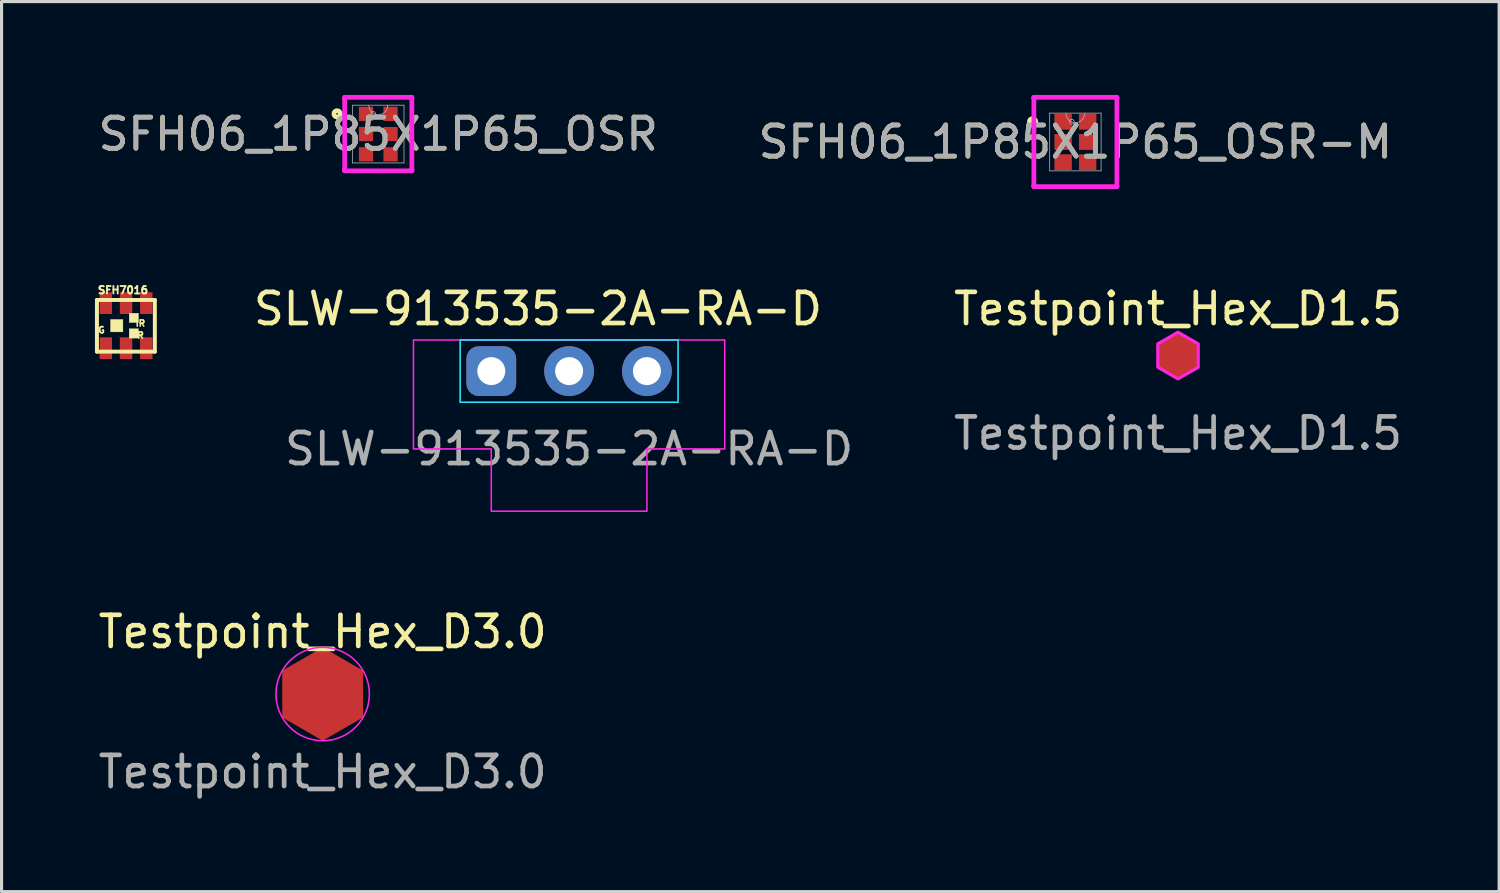
<source format=kicad_pcb>
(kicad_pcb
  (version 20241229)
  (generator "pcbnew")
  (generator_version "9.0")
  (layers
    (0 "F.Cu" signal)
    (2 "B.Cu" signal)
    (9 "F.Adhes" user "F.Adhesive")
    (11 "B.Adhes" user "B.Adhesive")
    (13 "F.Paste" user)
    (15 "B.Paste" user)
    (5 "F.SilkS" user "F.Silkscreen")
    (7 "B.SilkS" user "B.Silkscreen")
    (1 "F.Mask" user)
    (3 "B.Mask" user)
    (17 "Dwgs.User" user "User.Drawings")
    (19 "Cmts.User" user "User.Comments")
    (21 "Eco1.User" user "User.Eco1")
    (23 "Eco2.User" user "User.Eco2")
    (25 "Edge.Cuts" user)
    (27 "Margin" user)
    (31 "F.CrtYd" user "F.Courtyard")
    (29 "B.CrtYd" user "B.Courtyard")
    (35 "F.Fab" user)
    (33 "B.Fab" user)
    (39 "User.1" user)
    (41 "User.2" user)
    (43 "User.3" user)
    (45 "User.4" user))
  (footprint "SFH7016"
    (layer "F.Cu")
    (at 0.999 7.411)
    (property "Reference" "SFH7016" (at -0.098 -1.142 0) (layer "F.SilkS") (effects (font (size 0.24 0.24) (thickness 0.15))))
    (attr smd)
    (fp_line (start -0.935 -0.825) (end 0.925 -0.825) (stroke (width 0.127) (type solid)) (layer "F.SilkS"))
    (fp_line (start -0.935 0.835) (end -0.935 -0.825) (stroke (width 0.127) (type solid)) (layer "F.SilkS"))
    (fp_line (start 0.925 -0.825) (end 0.925 0.835) (stroke (width 0.127) (type solid)) (layer "F.SilkS"))
    (fp_line (start 0.925 0.835) (end -0.935 0.835) (stroke (width 0.127) (type solid)) (layer "F.SilkS"))
    (fp_poly (pts (xy -0.5 -0.2) (xy -0.1 -0.2) (xy -0.1 0.2) (xy -0.5 0.2)) (stroke (width 0.01) (type solid)) (fill yes) (layer "F.SilkS"))
    (fp_poly (pts (xy 0.1 -0.4) (xy 0.4 -0.4) (xy 0.4 -0.1) (xy 0.1 -0.1)) (stroke (width 0.01) (type solid)) (fill yes) (layer "F.SilkS"))
    (fp_poly (pts (xy 0.1 0.1) (xy 0.4 0.1) (xy 0.4 0.4) (xy 0.1 0.4)) (stroke (width 0.01) (type solid)) (fill yes) (layer "F.SilkS"))
    (fp_text user "G" (at -0.79 0.14 0) (layer "F.SilkS") (effects (font (size 0.2 0.2) (thickness 0.15))))
    (fp_text user "R" (at 0.465 0.31 0) (layer "F.SilkS") (effects (font (size 0.2 0.2) (thickness 0.15))))
    (fp_text user "IR" (at 0.46 -0.075 0) (layer "F.SilkS") (effects (font (size 0.2 0.2) (thickness 0.15))))
    (pad "P1" smd rect (at 0.65 -0.725) (size 0.4 0.7) (layers "F.Cu" "F.Mask" "F.Paste"))
    (pad "P2" smd rect (at 0.65 0.725) (size 0.4 0.7) (layers "F.Cu" "F.Mask" "F.Paste"))
    (pad "P3" smd rect (at 0 -0.725) (size 0.4 0.7) (layers "F.Cu" "F.Mask" "F.Paste"))
    (pad "P4" smd rect (at 0 0.725) (size 0.4 0.7) (layers "F.Cu" "F.Mask" "F.Paste"))
    (pad "P5" smd rect (at -0.65 -0.725) (size 0.4 0.7) (layers "F.Cu" "F.Mask" "F.Paste"))
    (pad "P6" smd rect (at -0.65 0.725) (size 0.4 0.7) (layers "F.Cu" "F.Mask" "F.Paste")))
  (footprint "SLW-913535-2A-RA-D"
    (layer "F.Cu")
    (at 15.231 8.871)
    (property "Reference" "SLW-913535-2A-RA-D" (at -1 -2 0) (unlocked yes) (layer "F.SilkS") (effects (font (size 1 1) (thickness 0.15))))
    (attr through_hole)
    (fp_rect (start -3.5 -1) (end 3.5 1) (stroke (width 0.05) (type default)) (fill no) (layer "B.CrtYd"))
    (fp_poly (pts (xy -5 -1) (xy -5 2.5) (xy -2.5 2.5) (xy -2.5 4.5) (xy 2.5 4.5) (xy 2.5 2.5) (xy 5 2.5) (xy 5 -1)) (stroke (width 0.05) (type solid)) (fill no) (layer "F.CrtYd"))
    (fp_text user "${REFERENCE}" (at 0 2.5 0) (unlocked yes) (layer "F.Fab") (effects (font (size 1 1) (thickness 0.15))))
    (pad "1" thru_hole roundrect (at -2.5 0) (size 1.6 1.6) (drill 0.9) (layers "*.Cu" "*.Mask") (roundrect_rratio 0.25))
    (pad "2" thru_hole circle (at 0 0) (size 1.6 1.6) (drill 0.9) (layers "*.Cu" "*.Mask"))
    (pad "3" thru_hole circle (at 2.5 0) (size 1.6 1.6) (drill 0.9) (layers "*.Cu" "*.Mask")))
  (footprint "Testpoint_Hex_D1.5"
    (layer "F.Cu")
    (at 34.791 8.371)
    (property "Reference" "Testpoint_Hex_D1.5" (at 0 -1.5 0) (unlocked yes) (layer "F.SilkS") (effects (font (size 1 1) (thickness 0.15))))
    (attr smd)
    (fp_poly (pts (xy -0.65 -0.375) (xy -0.65 0.375) (xy 0 0.75) (xy 0.65 0.375) (xy 0.65 -0.375) (xy 0 -0.75)) (stroke (width 0) (type solid)) (fill yes) (layer "F.Mask"))
    (fp_poly (pts (xy -0.65 -0.375) (xy -0.65 0.375) (xy 0 0.75) (xy 0.65 0.375) (xy 0.65 -0.375) (xy 0 -0.75)) (stroke (width 0.1) (type solid)) (fill no) (layer "F.CrtYd"))
    (fp_text user "${REFERENCE}" (at 0 2.5 0) (unlocked yes) (layer "F.Fab") (effects (font (size 1 1) (thickness 0.15))))
    (pad "1" connect custom (at 0 0 180) (size 1.299 1.299) (layers "F.Cu") (options (anchor circle)) (primitives (gr_poly (pts (xy 0.65 0.375) (xy 0.65 -0.375) (xy 0 -0.75) (xy -0.65 -0.375) (xy -0.65 0.375) (xy 0 0.75)) (width 0) (fill yes)))))
  (footprint "SFH06_1P85X1P65_OSR-M"
    (layer "F.Cu")
    (at 31.494 1.511)
    (property "Reference" "SFH06_1P85X1P65_OSR-M" (at 0 0 0) (unlocked yes) (layer "F.SilkS") (effects (font (size 1 1) (thickness 0.15))))
    (attr smd)
    (fp_circle (center -1.374 -0.65) (end -1.272 -0.65) (stroke (width 0.152) (type solid)) (fill no) (layer "F.SilkS"))
    (fp_line (start -1.333 -1.435) (end 1.333 -1.435) (stroke (width 0.152) (type solid)) (layer "F.CrtYd"))
    (fp_line (start -1.333 -1.412) (end -1.333 -1.435) (stroke (width 0.152) (type solid)) (layer "F.CrtYd"))
    (fp_line (start -1.333 -1.412) (end -1.333 -1.412) (stroke (width 0.152) (type solid)) (layer "F.CrtYd"))
    (fp_line (start -1.333 1.412) (end -1.333 -1.412) (stroke (width 0.152) (type solid)) (layer "F.CrtYd"))
    (fp_line (start -1.333 1.412) (end -1.333 1.412) (stroke (width 0.152) (type solid)) (layer "F.CrtYd"))
    (fp_line (start -1.333 1.435) (end -1.333 1.412) (stroke (width 0.152) (type solid)) (layer "F.CrtYd"))
    (fp_line (start 1.333 -1.435) (end 1.333 -1.412) (stroke (width 0.152) (type solid)) (layer "F.CrtYd"))
    (fp_line (start 1.333 -1.412) (end 1.333 -1.412) (stroke (width 0.152) (type solid)) (layer "F.CrtYd"))
    (fp_line (start 1.333 -1.412) (end 1.333 1.412) (stroke (width 0.152) (type solid)) (layer "F.CrtYd"))
    (fp_line (start 1.333 1.412) (end 1.333 1.412) (stroke (width 0.152) (type solid)) (layer "F.CrtYd"))
    (fp_line (start 1.333 1.412) (end 1.333 1.435) (stroke (width 0.152) (type solid)) (layer "F.CrtYd"))
    (fp_line (start 1.333 1.435) (end -1.333 1.435) (stroke (width 0.152) (type solid)) (layer "F.CrtYd"))
    (fp_line (start -0.826 -0.927) (end -0.826 0.927) (stroke (width 0.025) (type solid)) (layer "F.Fab"))
    (fp_line (start -0.826 0.927) (end 0.826 0.927) (stroke (width 0.025) (type solid)) (layer "F.Fab"))
    (fp_line (start 0.826 -0.927) (end -0.826 -0.927) (stroke (width 0.025) (type solid)) (layer "F.Fab"))
    (fp_line (start 0.826 0.927) (end 0.826 -0.927) (stroke (width 0.025) (type solid)) (layer "F.Fab"))
    (fp_arc (start 0.3048 -0.9271) (mid 0 -0.6223) (end -0.3048 -0.9271) (stroke (width 0.0254) (type solid)) (layer "F.Fab"))
    (fp_circle (center -0.114 -0.65) (end -0.038 -0.65) (stroke (width 0.025) (type solid)) (fill no) (layer "F.Fab"))
    (fp_text user "${REFERENCE}" (at 0 0 0) (unlocked yes) (layer "F.Fab") (effects (font (size 1 1) (thickness 0.15))))
    (pad "1" smd rect (at -0.394 -0.65) (size 0.559 0.508) (layers "F.Cu" "F.Mask" "F.Paste"))
    (pad "2" smd rect (at -0.394 0) (size 0.559 0.508) (layers "F.Cu" "F.Mask" "F.Paste"))
    (pad "3" smd rect (at -0.394 0.65) (size 0.559 0.508) (layers "F.Cu" "F.Mask" "F.Paste"))
    (pad "4" smd rect (at 0.394 0.65) (size 0.559 0.508) (layers "F.Cu" "F.Mask" "F.Paste"))
    (pad "5" smd rect (at 0.394 0) (size 0.559 0.508) (layers "F.Cu" "F.Mask" "F.Paste"))
    (pad "6" smd rect (at 0.394 -0.65) (size 0.559 0.508) (layers "F.Cu" "F.Mask" "F.Paste")))
  (footprint "Testpoint_Hex_D3.0"
    (layer "F.Cu")
    (at 7.315 19.244)
    (property "Reference" "Testpoint_Hex_D3.0" (at 0 -2 0) (unlocked yes) (layer "F.SilkS") (effects (font (size 1 1) (thickness 0.15))))
    (attr smd)
    (fp_circle (center 0 0) (end 0 -1.5) (stroke (width 0.05) (type default)) (fill no) (layer "F.CrtYd"))
    (fp_text user "${REFERENCE}" (at 0 2.5 0) (unlocked yes) (layer "F.Fab") (effects (font (size 1 1) (thickness 0.15))))
    (pad "1" smd custom (at 0 0) (size 1 1) (layers "F.Cu" "F.Mask" "F.Paste") (options (anchor circle)) (primitives (gr_poly (pts (xy 0 -1.5) (xy 1.299 -0.75) (xy 1.299 0.75) (xy 0 1.5) (xy -1.299 0.75) (xy -1.299 -0.75)) (width 0) (fill yes)))))
  (footprint "SFH06_1P85X1P65_OSR"
    (layer "F.Cu")
    (at 9.101 1.257)
    (property "Reference" "SFH06_1P85X1P65_OSR" (at 0 0 0) (unlocked yes) (layer "F.SilkS") (effects (font (size 1 1) (thickness 0.15))))
    (attr smd)
    (fp_circle (center -1.323 -0.65) (end -1.221 -0.65) (stroke (width 0.152) (type solid)) (fill no) (layer "F.SilkS"))
    (fp_line (start -1.079 -1.181) (end 1.079 -1.181) (stroke (width 0.152) (type solid)) (layer "F.CrtYd"))
    (fp_line (start -1.079 -1.133) (end -1.079 -1.181) (stroke (width 0.152) (type solid)) (layer "F.CrtYd"))
    (fp_line (start -1.079 -1.133) (end -1.079 -1.133) (stroke (width 0.152) (type solid)) (layer "F.CrtYd"))
    (fp_line (start -1.079 1.133) (end -1.079 -1.133) (stroke (width 0.152) (type solid)) (layer "F.CrtYd"))
    (fp_line (start -1.079 1.133) (end -1.079 1.133) (stroke (width 0.152) (type solid)) (layer "F.CrtYd"))
    (fp_line (start -1.079 1.181) (end -1.079 1.133) (stroke (width 0.152) (type solid)) (layer "F.CrtYd"))
    (fp_line (start 1.079 -1.181) (end 1.079 -1.133) (stroke (width 0.152) (type solid)) (layer "F.CrtYd"))
    (fp_line (start 1.079 -1.133) (end 1.079 -1.133) (stroke (width 0.152) (type solid)) (layer "F.CrtYd"))
    (fp_line (start 1.079 -1.133) (end 1.079 1.133) (stroke (width 0.152) (type solid)) (layer "F.CrtYd"))
    (fp_line (start 1.079 1.133) (end 1.079 1.133) (stroke (width 0.152) (type solid)) (layer "F.CrtYd"))
    (fp_line (start 1.079 1.133) (end 1.079 1.181) (stroke (width 0.152) (type solid)) (layer "F.CrtYd"))
    (fp_line (start 1.079 1.181) (end -1.079 1.181) (stroke (width 0.152) (type solid)) (layer "F.CrtYd"))
    (fp_line (start -0.826 -0.927) (end -0.826 0.927) (stroke (width 0.025) (type solid)) (layer "F.Fab"))
    (fp_line (start -0.826 0.927) (end 0.826 0.927) (stroke (width 0.025) (type solid)) (layer "F.Fab"))
    (fp_line (start 0.826 -0.927) (end -0.826 -0.927) (stroke (width 0.025) (type solid)) (layer "F.Fab"))
    (fp_line (start 0.826 0.927) (end 0.826 -0.927) (stroke (width 0.025) (type solid)) (layer "F.Fab"))
    (fp_arc (start 0.3048 -0.9271) (mid 0 -0.6223) (end -0.3048 -0.9271) (stroke (width 0.0254) (type solid)) (layer "F.Fab"))
    (fp_circle (center -0.165 -0.65) (end -0.089 -0.65) (stroke (width 0.025) (type solid)) (fill no) (layer "F.Fab"))
    (fp_text user "${REFERENCE}" (at 0 0 0) (unlocked yes) (layer "F.Fab") (effects (font (size 1 1) (thickness 0.15))))
    (pad "1" smd rect (at -0.394 -0.65) (size 0.457 0.457) (layers "F.Cu" "F.Mask" "F.Paste"))
    (pad "2" smd rect (at -0.394 0) (size 0.457 0.457) (layers "F.Cu" "F.Mask" "F.Paste"))
    (pad "3" smd rect (at -0.394 0.65) (size 0.457 0.457) (layers "F.Cu" "F.Mask" "F.Paste"))
    (pad "4" smd rect (at 0.394 0.65) (size 0.457 0.457) (layers "F.Cu" "F.Mask" "F.Paste"))
    (pad "5" smd rect (at 0.394 0) (size 0.457 0.457) (layers "F.Cu" "F.Mask" "F.Paste"))
    (pad "6" smd rect (at 0.394 -0.65) (size 0.457 0.457) (layers "F.Cu" "F.Mask" "F.Paste")))
  (gr_rect
    (start -3 -3)
    (end 45.106 25.592)
    (stroke (width 0.1) (type default))
    (fill no)
    (layer "Edge.Cuts")))
</source>
